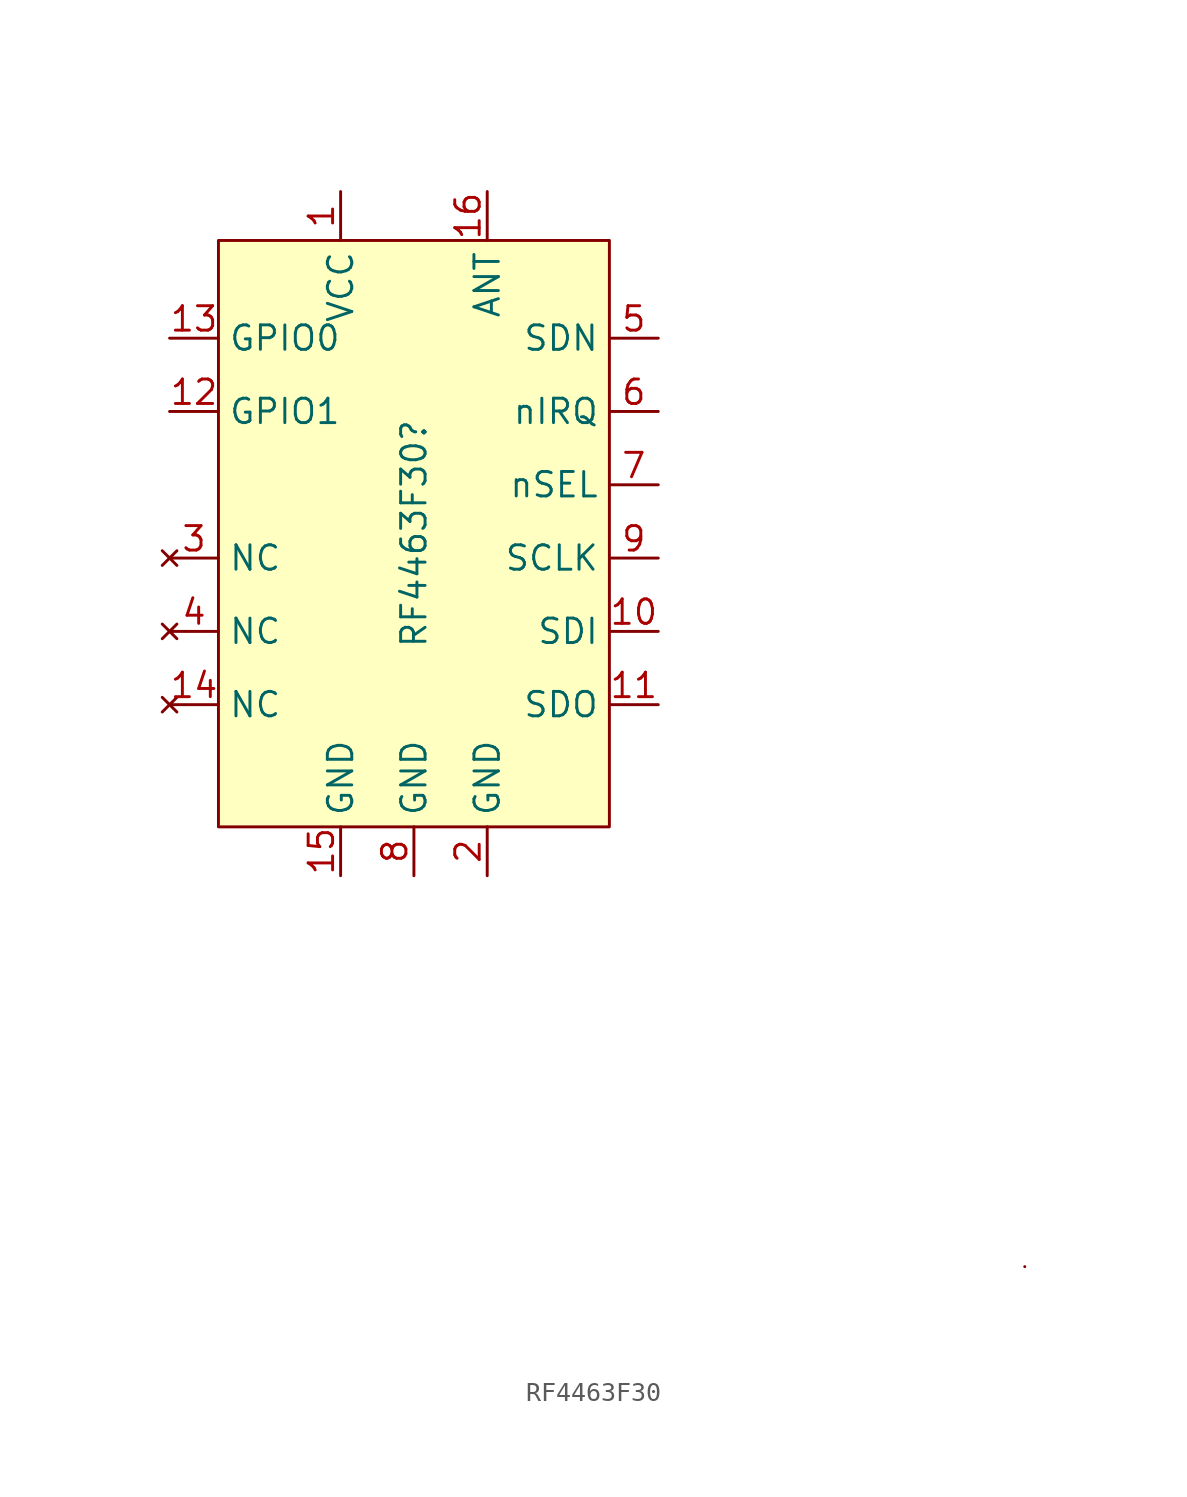
<source format=kicad_sym>
(kicad_symbol_lib
  (version 20220914)
  (generator kicad_symbol_editor)
  (symbol "RF4463F30"
    (property "Reference" "RF4463F30"
      (at 0 -1.27 90)
      (effects (font (size 1.27 1.27))))
    (property "Value" ""
      (at 0 16.51 0)
      (effects (font (size 1.27 1.27))))
    (symbol "RF4463F30_0_1"
      (rectangle (start 31.75 -39.37) (end 31.75 -39.37) (stroke (width 0) (type default)) (fill (type none))))
    (symbol "RF4463F30_1_1"
      (rectangle (start -10.16 13.97) (end 10.16 -16.51) (stroke (width 0) (type default)) (fill (type background)))
      (pin power_in line (at -3.81 16.51 270) (length 2.54) (name "VCC" (effects (font (size 1.27 1.27)))) (number "1" (effects (font (size 1.27 1.27)))))
      (pin input line (at 12.7 -6.35 180) (length 2.54) (name "SDI" (effects (font (size 1.27 1.27)))) (number "10" (effects (font (size 1.27 1.27)))))
      (pin output line (at 12.7 -10.16 180) (length 2.54) (name "SDO" (effects (font (size 1.27 1.27)))) (number "11" (effects (font (size 1.27 1.27)))))
      (pin bidirectional line (at -12.7 5.08 0) (length 2.54) (name "GPIO1" (effects (font (size 1.27 1.27)))) (number "12" (effects (font (size 1.27 1.27)))))
      (pin bidirectional line (at -12.7 8.89 0) (length 2.54) (name "GPIO0" (effects (font (size 1.27 1.27)))) (number "13" (effects (font (size 1.27 1.27)))))
      (pin no_connect line (at -12.7 -10.16 0) (length 2.54) (name "NC" (effects (font (size 1.27 1.27)))) (number "14" (effects (font (size 1.27 1.27)))))
      (pin passive line (at -3.81 -19.05 90) (length 2.54) (name "GND" (effects (font (size 1.27 1.27)))) (number "15" (effects (font (size 1.27 1.27)))))
      (pin output line (at 3.81 16.51 270) (length 2.54) (name "ANT" (effects (font (size 1.27 1.27)))) (number "16" (effects (font (size 1.27 1.27)))))
      (pin passive line (at 3.81 -19.05 90) (length 2.54) (name "GND" (effects (font (size 1.27 1.27)))) (number "2" (effects (font (size 1.27 1.27)))))
      (pin no_connect line (at -12.7 -2.54 0) (length 2.54) (name "NC" (effects (font (size 1.27 1.27)))) (number "3" (effects (font (size 1.27 1.27)))))
      (pin no_connect line (at -12.7 -6.35 0) (length 2.54) (name "NC" (effects (font (size 1.27 1.27)))) (number "4" (effects (font (size 1.27 1.27)))))
      (pin input line (at 12.7 8.89 180) (length 2.54) (name "SDN" (effects (font (size 1.27 1.27)))) (number "5" (effects (font (size 1.27 1.27)))))
      (pin input line (at 12.7 5.08 180) (length 2.54) (name "nIRQ" (effects (font (size 1.27 1.27)))) (number "6" (effects (font (size 1.27 1.27)))))
      (pin input line (at 12.7 1.27 180) (length 2.54) (name "nSEL" (effects (font (size 1.27 1.27)))) (number "7" (effects (font (size 1.27 1.27)))))
      (pin passive line (at 0 -19.05 90) (length 2.54) (name "GND" (effects (font (size 1.27 1.27)))) (number "8" (effects (font (size 1.27 1.27)))))
      (pin bidirectional line (at 12.7 -2.54 180) (length 2.54) (name "SCLK" (effects (font (size 1.27 1.27)))) (number "9" (effects (font (size 1.27 1.27))))))))
</source>
